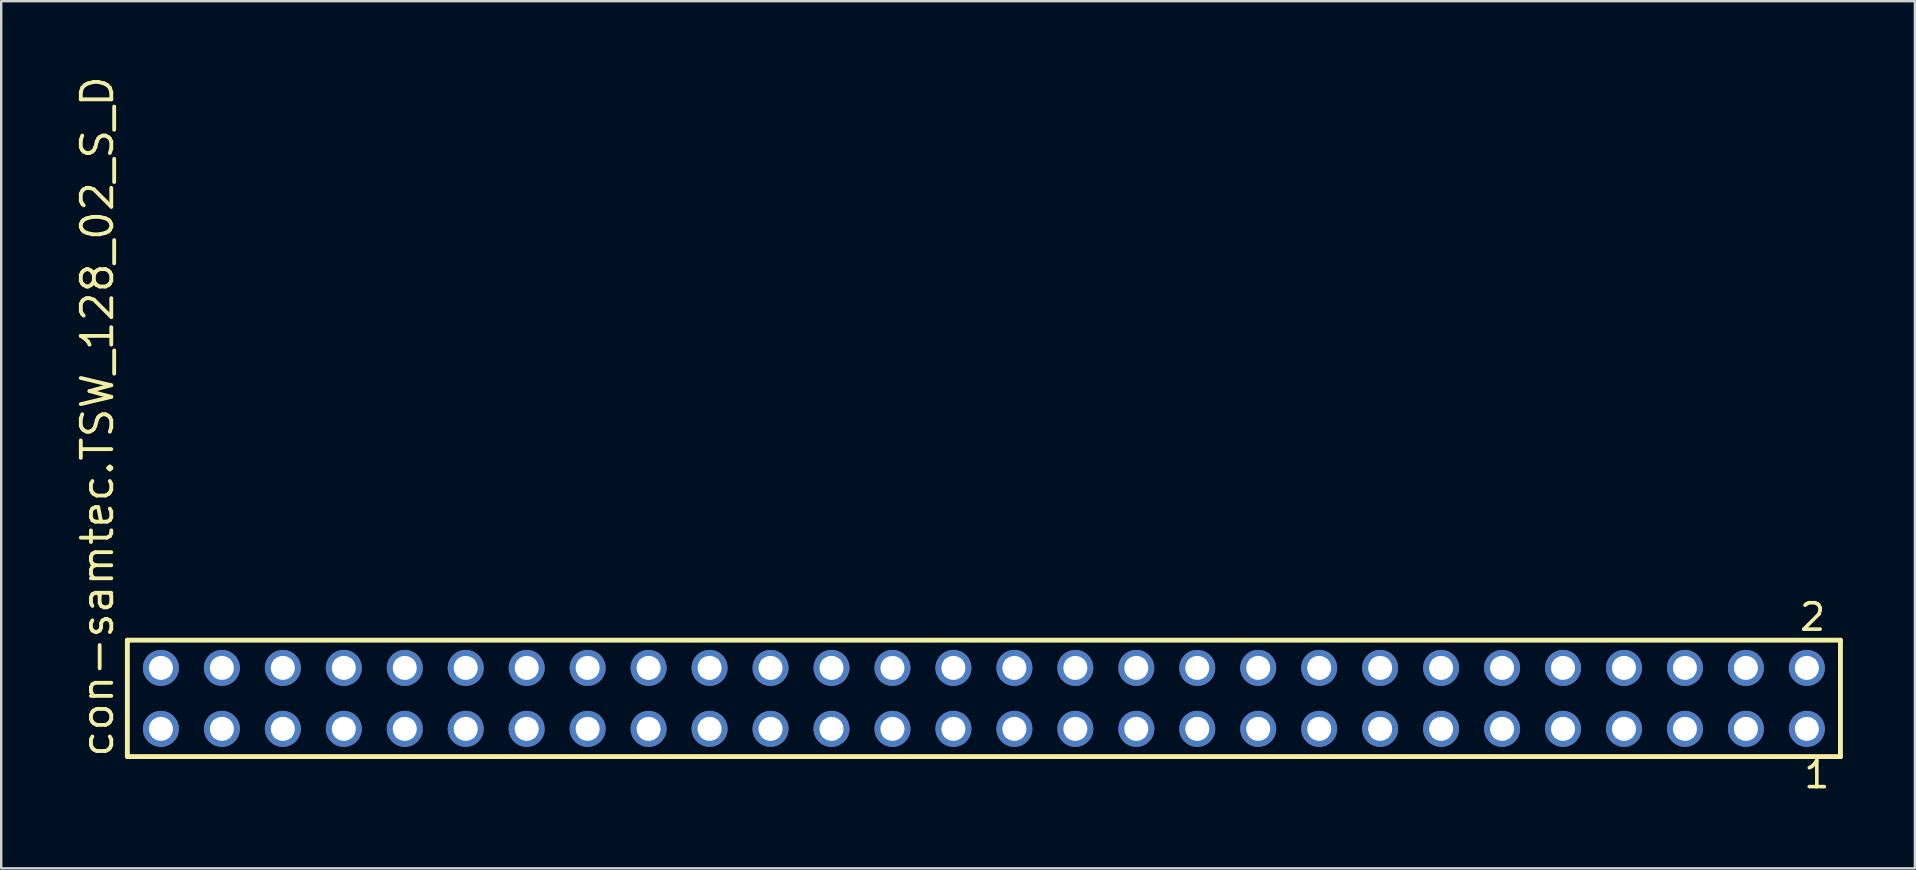
<source format=kicad_pcb>
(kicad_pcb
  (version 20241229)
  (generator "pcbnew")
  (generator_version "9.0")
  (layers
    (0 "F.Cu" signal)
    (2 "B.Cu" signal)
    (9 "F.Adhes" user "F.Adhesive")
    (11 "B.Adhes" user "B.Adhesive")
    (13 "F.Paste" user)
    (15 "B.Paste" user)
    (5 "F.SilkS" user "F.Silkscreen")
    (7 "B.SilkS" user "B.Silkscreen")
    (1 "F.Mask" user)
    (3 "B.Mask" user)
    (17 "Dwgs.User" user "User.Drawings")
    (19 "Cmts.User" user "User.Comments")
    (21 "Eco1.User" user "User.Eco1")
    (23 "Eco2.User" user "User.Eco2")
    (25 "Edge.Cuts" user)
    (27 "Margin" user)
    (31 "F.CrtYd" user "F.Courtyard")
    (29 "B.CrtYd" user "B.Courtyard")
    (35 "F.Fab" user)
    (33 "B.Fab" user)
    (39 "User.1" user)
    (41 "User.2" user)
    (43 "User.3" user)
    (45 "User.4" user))
  (footprint "con-samtec.TSW_128_02_S_D"
    (layer "F.Cu")
    (at 37.945 26.049)
    (property "Reference" "con-samtec.TSW_128_02_S_D" (at -36.195 2.54 90) (layer "F.SilkS") (effects (font (size 1.27 1.27) (thickness 0.16)) (justify left bottom)))
    (attr through_hole)
    (fp_line (start -35.689 -2.425) (end 35.689 -2.425) (stroke (width 0.203) (type default)) (layer "F.SilkS"))
    (fp_line (start -35.689 2.425) (end -35.689 -2.425) (stroke (width 0.203) (type default)) (layer "F.SilkS"))
    (fp_line (start 35.689 -2.425) (end 35.689 2.425) (stroke (width 0.203) (type default)) (layer "F.SilkS"))
    (fp_line (start 35.689 2.425) (end -35.689 2.425) (stroke (width 0.203) (type default)) (layer "F.SilkS"))
    (fp_rect (start -34.64 -0.92) (end -33.94 -1.62) (stroke (width 0.05) (type default)) (fill no) (layer "F.Fab"))
    (fp_rect (start -34.64 1.62) (end -33.94 0.92) (stroke (width 0.05) (type default)) (fill no) (layer "F.Fab"))
    (fp_rect (start -32.1 -0.92) (end -31.4 -1.62) (stroke (width 0.05) (type default)) (fill no) (layer "F.Fab"))
    (fp_rect (start -32.1 1.62) (end -31.4 0.92) (stroke (width 0.05) (type default)) (fill no) (layer "F.Fab"))
    (fp_rect (start -29.56 -0.92) (end -28.86 -1.62) (stroke (width 0.05) (type default)) (fill no) (layer "F.Fab"))
    (fp_rect (start -29.56 1.62) (end -28.86 0.92) (stroke (width 0.05) (type default)) (fill no) (layer "F.Fab"))
    (fp_rect (start -27.02 -0.92) (end -26.32 -1.62) (stroke (width 0.05) (type default)) (fill no) (layer "F.Fab"))
    (fp_rect (start -27.02 1.62) (end -26.32 0.92) (stroke (width 0.05) (type default)) (fill no) (layer "F.Fab"))
    (fp_rect (start -24.48 -0.92) (end -23.78 -1.62) (stroke (width 0.05) (type default)) (fill no) (layer "F.Fab"))
    (fp_rect (start -24.48 1.62) (end -23.78 0.92) (stroke (width 0.05) (type default)) (fill no) (layer "F.Fab"))
    (fp_rect (start -21.94 -0.92) (end -21.24 -1.62) (stroke (width 0.05) (type default)) (fill no) (layer "F.Fab"))
    (fp_rect (start -21.94 1.62) (end -21.24 0.92) (stroke (width 0.05) (type default)) (fill no) (layer "F.Fab"))
    (fp_rect (start -19.4 -0.92) (end -18.7 -1.62) (stroke (width 0.05) (type default)) (fill no) (layer "F.Fab"))
    (fp_rect (start -19.4 1.62) (end -18.7 0.92) (stroke (width 0.05) (type default)) (fill no) (layer "F.Fab"))
    (fp_rect (start -16.86 -0.92) (end -16.16 -1.62) (stroke (width 0.05) (type default)) (fill no) (layer "F.Fab"))
    (fp_rect (start -16.86 1.62) (end -16.16 0.92) (stroke (width 0.05) (type default)) (fill no) (layer "F.Fab"))
    (fp_rect (start -14.32 -0.92) (end -13.62 -1.62) (stroke (width 0.05) (type default)) (fill no) (layer "F.Fab"))
    (fp_rect (start -14.32 1.62) (end -13.62 0.92) (stroke (width 0.05) (type default)) (fill no) (layer "F.Fab"))
    (fp_rect (start -11.78 -0.92) (end -11.08 -1.62) (stroke (width 0.05) (type default)) (fill no) (layer "F.Fab"))
    (fp_rect (start -11.78 1.62) (end -11.08 0.92) (stroke (width 0.05) (type default)) (fill no) (layer "F.Fab"))
    (fp_rect (start -9.24 -0.92) (end -8.54 -1.62) (stroke (width 0.05) (type default)) (fill no) (layer "F.Fab"))
    (fp_rect (start -9.24 1.62) (end -8.54 0.92) (stroke (width 0.05) (type default)) (fill no) (layer "F.Fab"))
    (fp_rect (start -6.7 -0.92) (end -6 -1.62) (stroke (width 0.05) (type default)) (fill no) (layer "F.Fab"))
    (fp_rect (start -6.7 1.62) (end -6 0.92) (stroke (width 0.05) (type default)) (fill no) (layer "F.Fab"))
    (fp_rect (start -4.16 -0.92) (end -3.46 -1.62) (stroke (width 0.05) (type default)) (fill no) (layer "F.Fab"))
    (fp_rect (start -4.16 1.62) (end -3.46 0.92) (stroke (width 0.05) (type default)) (fill no) (layer "F.Fab"))
    (fp_rect (start -1.62 -0.92) (end -0.92 -1.62) (stroke (width 0.05) (type default)) (fill no) (layer "F.Fab"))
    (fp_rect (start -1.62 1.62) (end -0.92 0.92) (stroke (width 0.05) (type default)) (fill no) (layer "F.Fab"))
    (fp_rect (start 0.92 -0.92) (end 1.62 -1.62) (stroke (width 0.05) (type default)) (fill no) (layer "F.Fab"))
    (fp_rect (start 0.92 1.62) (end 1.62 0.92) (stroke (width 0.05) (type default)) (fill no) (layer "F.Fab"))
    (fp_rect (start 3.46 -0.92) (end 4.16 -1.62) (stroke (width 0.05) (type default)) (fill no) (layer "F.Fab"))
    (fp_rect (start 3.46 1.62) (end 4.16 0.92) (stroke (width 0.05) (type default)) (fill no) (layer "F.Fab"))
    (fp_rect (start 6 -0.92) (end 6.7 -1.62) (stroke (width 0.05) (type default)) (fill no) (layer "F.Fab"))
    (fp_rect (start 6 1.62) (end 6.7 0.92) (stroke (width 0.05) (type default)) (fill no) (layer "F.Fab"))
    (fp_rect (start 8.54 -0.92) (end 9.24 -1.62) (stroke (width 0.05) (type default)) (fill no) (layer "F.Fab"))
    (fp_rect (start 8.54 1.62) (end 9.24 0.92) (stroke (width 0.05) (type default)) (fill no) (layer "F.Fab"))
    (fp_rect (start 11.08 -0.92) (end 11.78 -1.62) (stroke (width 0.05) (type default)) (fill no) (layer "F.Fab"))
    (fp_rect (start 11.08 1.62) (end 11.78 0.92) (stroke (width 0.05) (type default)) (fill no) (layer "F.Fab"))
    (fp_rect (start 13.62 -0.92) (end 14.32 -1.62) (stroke (width 0.05) (type default)) (fill no) (layer "F.Fab"))
    (fp_rect (start 13.62 1.62) (end 14.32 0.92) (stroke (width 0.05) (type default)) (fill no) (layer "F.Fab"))
    (fp_rect (start 16.16 -0.92) (end 16.86 -1.62) (stroke (width 0.05) (type default)) (fill no) (layer "F.Fab"))
    (fp_rect (start 16.16 1.62) (end 16.86 0.92) (stroke (width 0.05) (type default)) (fill no) (layer "F.Fab"))
    (fp_rect (start 18.7 -0.92) (end 19.4 -1.62) (stroke (width 0.05) (type default)) (fill no) (layer "F.Fab"))
    (fp_rect (start 18.7 1.62) (end 19.4 0.92) (stroke (width 0.05) (type default)) (fill no) (layer "F.Fab"))
    (fp_rect (start 21.24 -0.92) (end 21.94 -1.62) (stroke (width 0.05) (type default)) (fill no) (layer "F.Fab"))
    (fp_rect (start 21.24 1.62) (end 21.94 0.92) (stroke (width 0.05) (type default)) (fill no) (layer "F.Fab"))
    (fp_rect (start 23.78 -0.92) (end 24.48 -1.62) (stroke (width 0.05) (type default)) (fill no) (layer "F.Fab"))
    (fp_rect (start 23.78 1.62) (end 24.48 0.92) (stroke (width 0.05) (type default)) (fill no) (layer "F.Fab"))
    (fp_rect (start 26.32 -0.92) (end 27.02 -1.62) (stroke (width 0.05) (type default)) (fill no) (layer "F.Fab"))
    (fp_rect (start 26.32 1.62) (end 27.02 0.92) (stroke (width 0.05) (type default)) (fill no) (layer "F.Fab"))
    (fp_rect (start 28.86 -0.92) (end 29.56 -1.62) (stroke (width 0.05) (type default)) (fill no) (layer "F.Fab"))
    (fp_rect (start 28.86 1.62) (end 29.56 0.92) (stroke (width 0.05) (type default)) (fill no) (layer "F.Fab"))
    (fp_rect (start 31.4 -0.92) (end 32.1 -1.62) (stroke (width 0.05) (type default)) (fill no) (layer "F.Fab"))
    (fp_rect (start 31.4 1.62) (end 32.1 0.92) (stroke (width 0.05) (type default)) (fill no) (layer "F.Fab"))
    (fp_rect (start 33.94 -0.92) (end 34.64 -1.62) (stroke (width 0.05) (type default)) (fill no) (layer "F.Fab"))
    (fp_rect (start 33.94 1.62) (end 34.64 0.92) (stroke (width 0.05) (type default)) (fill no) (layer "F.Fab"))
    (fp_text user "1" (at 34.082 3.818 0) (layer "F.SilkS") (effects (font (size 1.1 1.1) (thickness 0.15)) (justify left bottom)))
    (fp_text user "2" (at 33.907 -2.744 0) (layer "F.SilkS") (effects (font (size 1.1 1.1) (thickness 0.15)) (justify left bottom)))
    (pad "1" thru_hole circle (at 34.29 1.27 180) (size 1.5 1.5) (drill 1) (layers "*.Cu" "*.Mask"))
    (pad "2" thru_hole circle (at 34.29 -1.27 180) (size 1.5 1.5) (drill 1) (layers "*.Cu" "*.Mask"))
    (pad "3" thru_hole circle (at 31.75 1.27 180) (size 1.5 1.5) (drill 1) (layers "*.Cu" "*.Mask"))
    (pad "4" thru_hole circle (at 31.75 -1.27 180) (size 1.5 1.5) (drill 1) (layers "*.Cu" "*.Mask"))
    (pad "5" thru_hole circle (at 29.21 1.27 180) (size 1.5 1.5) (drill 1) (layers "*.Cu" "*.Mask"))
    (pad "6" thru_hole circle (at 29.21 -1.27 180) (size 1.5 1.5) (drill 1) (layers "*.Cu" "*.Mask"))
    (pad "7" thru_hole circle (at 26.67 1.27 180) (size 1.5 1.5) (drill 1) (layers "*.Cu" "*.Mask"))
    (pad "8" thru_hole circle (at 26.67 -1.27 180) (size 1.5 1.5) (drill 1) (layers "*.Cu" "*.Mask"))
    (pad "9" thru_hole circle (at 24.13 1.27 180) (size 1.5 1.5) (drill 1) (layers "*.Cu" "*.Mask"))
    (pad "10" thru_hole circle (at 24.13 -1.27 180) (size 1.5 1.5) (drill 1) (layers "*.Cu" "*.Mask"))
    (pad "11" thru_hole circle (at 21.59 1.27 180) (size 1.5 1.5) (drill 1) (layers "*.Cu" "*.Mask"))
    (pad "12" thru_hole circle (at 21.59 -1.27 180) (size 1.5 1.5) (drill 1) (layers "*.Cu" "*.Mask"))
    (pad "13" thru_hole circle (at 19.05 1.27 180) (size 1.5 1.5) (drill 1) (layers "*.Cu" "*.Mask"))
    (pad "14" thru_hole circle (at 19.05 -1.27 180) (size 1.5 1.5) (drill 1) (layers "*.Cu" "*.Mask"))
    (pad "15" thru_hole circle (at 16.51 1.27 180) (size 1.5 1.5) (drill 1) (layers "*.Cu" "*.Mask"))
    (pad "16" thru_hole circle (at 16.51 -1.27 180) (size 1.5 1.5) (drill 1) (layers "*.Cu" "*.Mask"))
    (pad "17" thru_hole circle (at 13.97 1.27 180) (size 1.5 1.5) (drill 1) (layers "*.Cu" "*.Mask"))
    (pad "18" thru_hole circle (at 13.97 -1.27 180) (size 1.5 1.5) (drill 1) (layers "*.Cu" "*.Mask"))
    (pad "19" thru_hole circle (at 11.43 1.27 180) (size 1.5 1.5) (drill 1) (layers "*.Cu" "*.Mask"))
    (pad "20" thru_hole circle (at 11.43 -1.27 180) (size 1.5 1.5) (drill 1) (layers "*.Cu" "*.Mask"))
    (pad "21" thru_hole circle (at 8.89 1.27 180) (size 1.5 1.5) (drill 1) (layers "*.Cu" "*.Mask"))
    (pad "22" thru_hole circle (at 8.89 -1.27 180) (size 1.5 1.5) (drill 1) (layers "*.Cu" "*.Mask"))
    (pad "23" thru_hole circle (at 6.35 1.27 180) (size 1.5 1.5) (drill 1) (layers "*.Cu" "*.Mask"))
    (pad "24" thru_hole circle (at 6.35 -1.27 180) (size 1.5 1.5) (drill 1) (layers "*.Cu" "*.Mask"))
    (pad "25" thru_hole circle (at 3.81 1.27 180) (size 1.5 1.5) (drill 1) (layers "*.Cu" "*.Mask"))
    (pad "26" thru_hole circle (at 3.81 -1.27 180) (size 1.5 1.5) (drill 1) (layers "*.Cu" "*.Mask"))
    (pad "27" thru_hole circle (at 1.27 1.27 180) (size 1.5 1.5) (drill 1) (layers "*.Cu" "*.Mask"))
    (pad "28" thru_hole circle (at 1.27 -1.27 180) (size 1.5 1.5) (drill 1) (layers "*.Cu" "*.Mask"))
    (pad "29" thru_hole circle (at -1.27 1.27 180) (size 1.5 1.5) (drill 1) (layers "*.Cu" "*.Mask"))
    (pad "30" thru_hole circle (at -1.27 -1.27 180) (size 1.5 1.5) (drill 1) (layers "*.Cu" "*.Mask"))
    (pad "31" thru_hole circle (at -3.81 1.27 180) (size 1.5 1.5) (drill 1) (layers "*.Cu" "*.Mask"))
    (pad "32" thru_hole circle (at -3.81 -1.27 180) (size 1.5 1.5) (drill 1) (layers "*.Cu" "*.Mask"))
    (pad "33" thru_hole circle (at -6.35 1.27 180) (size 1.5 1.5) (drill 1) (layers "*.Cu" "*.Mask"))
    (pad "34" thru_hole circle (at -6.35 -1.27 180) (size 1.5 1.5) (drill 1) (layers "*.Cu" "*.Mask"))
    (pad "35" thru_hole circle (at -8.89 1.27 180) (size 1.5 1.5) (drill 1) (layers "*.Cu" "*.Mask"))
    (pad "36" thru_hole circle (at -8.89 -1.27 180) (size 1.5 1.5) (drill 1) (layers "*.Cu" "*.Mask"))
    (pad "37" thru_hole circle (at -11.43 1.27 180) (size 1.5 1.5) (drill 1) (layers "*.Cu" "*.Mask"))
    (pad "38" thru_hole circle (at -11.43 -1.27 180) (size 1.5 1.5) (drill 1) (layers "*.Cu" "*.Mask"))
    (pad "39" thru_hole circle (at -13.97 1.27 180) (size 1.5 1.5) (drill 1) (layers "*.Cu" "*.Mask"))
    (pad "40" thru_hole circle (at -13.97 -1.27 180) (size 1.5 1.5) (drill 1) (layers "*.Cu" "*.Mask"))
    (pad "41" thru_hole circle (at -16.51 1.27 180) (size 1.5 1.5) (drill 1) (layers "*.Cu" "*.Mask"))
    (pad "42" thru_hole circle (at -16.51 -1.27 180) (size 1.5 1.5) (drill 1) (layers "*.Cu" "*.Mask"))
    (pad "43" thru_hole circle (at -19.05 1.27 180) (size 1.5 1.5) (drill 1) (layers "*.Cu" "*.Mask"))
    (pad "44" thru_hole circle (at -19.05 -1.27 180) (size 1.5 1.5) (drill 1) (layers "*.Cu" "*.Mask"))
    (pad "45" thru_hole circle (at -21.59 1.27 180) (size 1.5 1.5) (drill 1) (layers "*.Cu" "*.Mask"))
    (pad "46" thru_hole circle (at -21.59 -1.27 180) (size 1.5 1.5) (drill 1) (layers "*.Cu" "*.Mask"))
    (pad "47" thru_hole circle (at -24.13 1.27 180) (size 1.5 1.5) (drill 1) (layers "*.Cu" "*.Mask"))
    (pad "48" thru_hole circle (at -24.13 -1.27 180) (size 1.5 1.5) (drill 1) (layers "*.Cu" "*.Mask"))
    (pad "49" thru_hole circle (at -26.67 1.27 180) (size 1.5 1.5) (drill 1) (layers "*.Cu" "*.Mask"))
    (pad "50" thru_hole circle (at -26.67 -1.27 180) (size 1.5 1.5) (drill 1) (layers "*.Cu" "*.Mask"))
    (pad "51" thru_hole circle (at -29.21 1.27 180) (size 1.5 1.5) (drill 1) (layers "*.Cu" "*.Mask"))
    (pad "52" thru_hole circle (at -29.21 -1.27 180) (size 1.5 1.5) (drill 1) (layers "*.Cu" "*.Mask"))
    (pad "53" thru_hole circle (at -31.75 1.27 180) (size 1.5 1.5) (drill 1) (layers "*.Cu" "*.Mask"))
    (pad "54" thru_hole circle (at -31.75 -1.27 180) (size 1.5 1.5) (drill 1) (layers "*.Cu" "*.Mask"))
    (pad "55" thru_hole circle (at -34.29 1.27 180) (size 1.5 1.5) (drill 1) (layers "*.Cu" "*.Mask"))
    (pad "56" thru_hole circle (at -34.29 -1.27 180) (size 1.5 1.5) (drill 1) (layers "*.Cu" "*.Mask")))
  (gr_rect
    (start -3 -3)
    (end 76.736 33.131)
    (stroke (width 0.1) (type default))
    (fill no)
    (layer "Edge.Cuts")))
</source>
